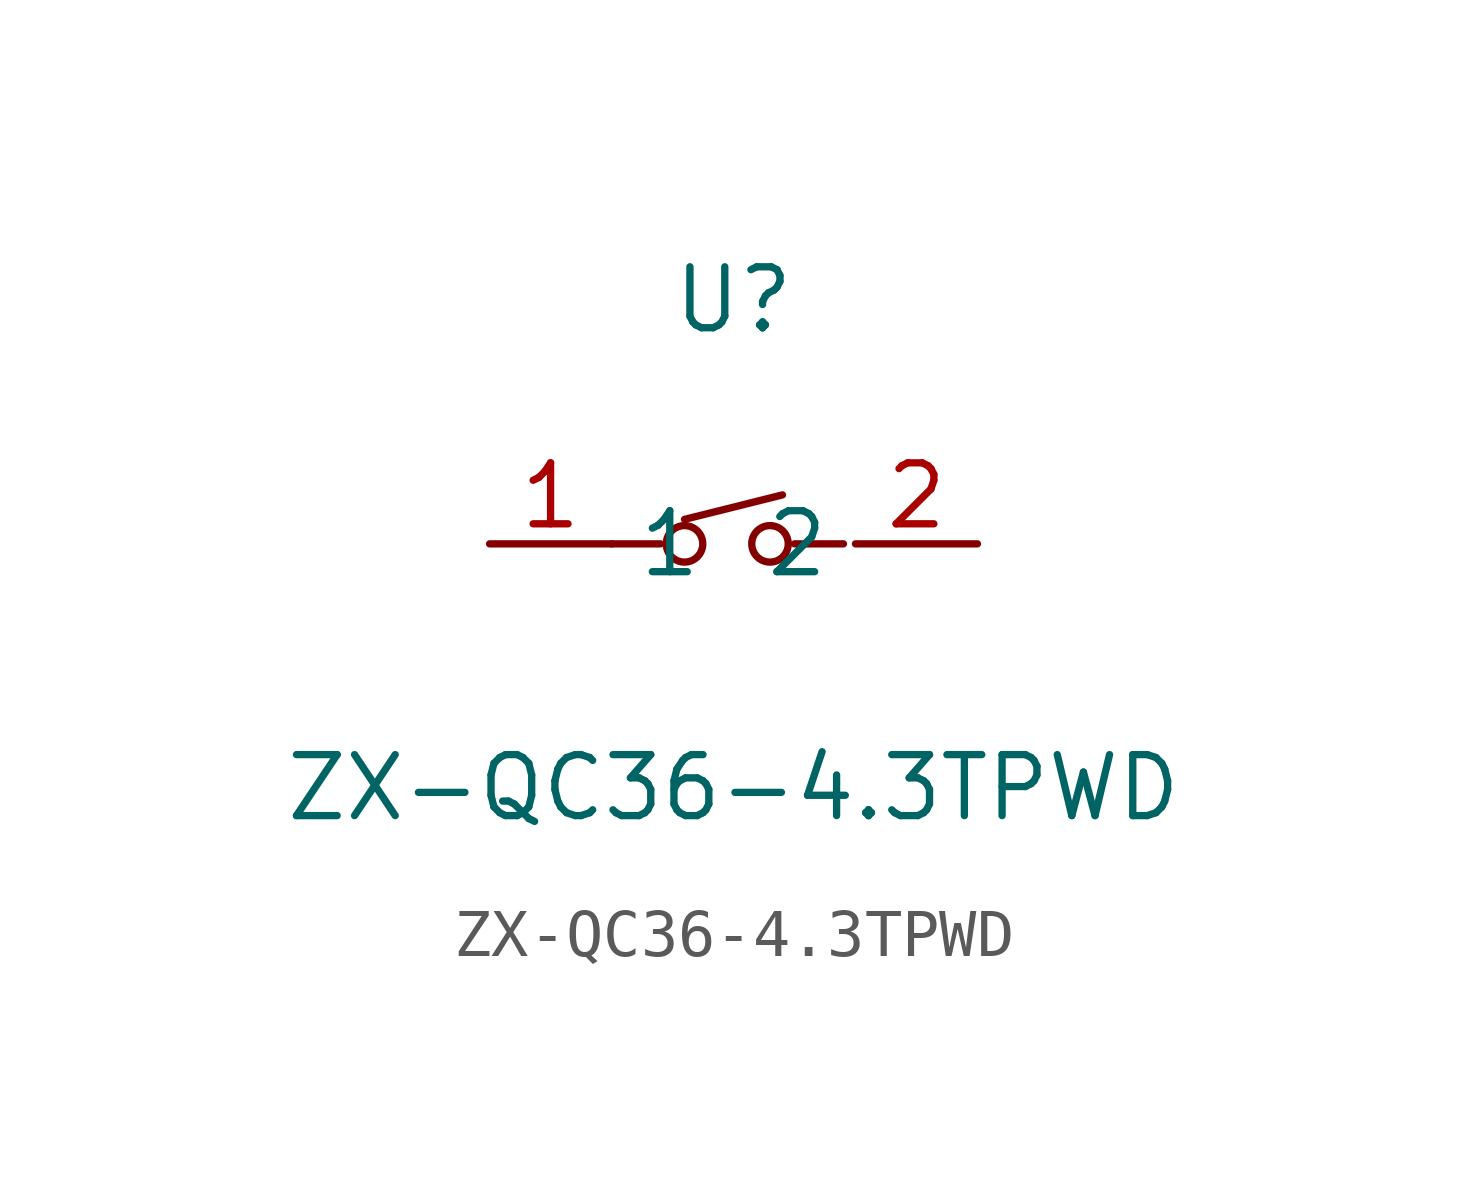
<source format=kicad_sym>
(kicad_symbol_lib
  (version 20211014)
  (generator https://github.com/uPesy/easyeda2kicad.py)
  (symbol "ZX-QC36-4.3TPWD"
    (property "Reference" "U"
      (at 0 5.08 0)
      (effects (font (size 1.27 1.27))))
    (property "Value" "ZX-QC36-4.3TPWD"
      (at 0 -5.08 0)
      (effects (font (size 1.27 1.27))))
    (symbol "ZX-QC36-4.3TPWD_0_1"
      (circle (center 0.76 -0.00) (radius 0.38) (stroke (width 0) (type default) (color 0 0 0 0)) (fill (type none)))
      (circle (center -1.02 -0.00) (radius 0.38) (stroke (width 0) (type default) (color 0 0 0 0)) (fill (type none)))
      (polyline (pts (xy -1.02 0.51) (xy 1.02 1.02)) (stroke (width 0) (type default) (color 0 0 0 0)) (fill (type none)))
      (polyline (pts (xy 1.27 -0.00) (xy 2.29 -0.00)) (stroke (width 0) (type default) (color 0 0 0 0)) (fill (type none)))
      (polyline (pts (xy -1.52 -0.00) (xy -2.54 -0.00)) (stroke (width 0) (type default) (color 0 0 0 0)) (fill (type none)))
      (pin unspecified line (at 5.08 -0.00 180) (length 2.54) (name "2" (effects (font (size 1.27 1.27)))) (number "2" (effects (font (size 1.27 1.27)))))
      (pin unspecified line (at -5.08 -0.00 0) (length 2.54) (name "1" (effects (font (size 1.27 1.27)))) (number "1" (effects (font (size 1.27 1.27))))))))
</source>
